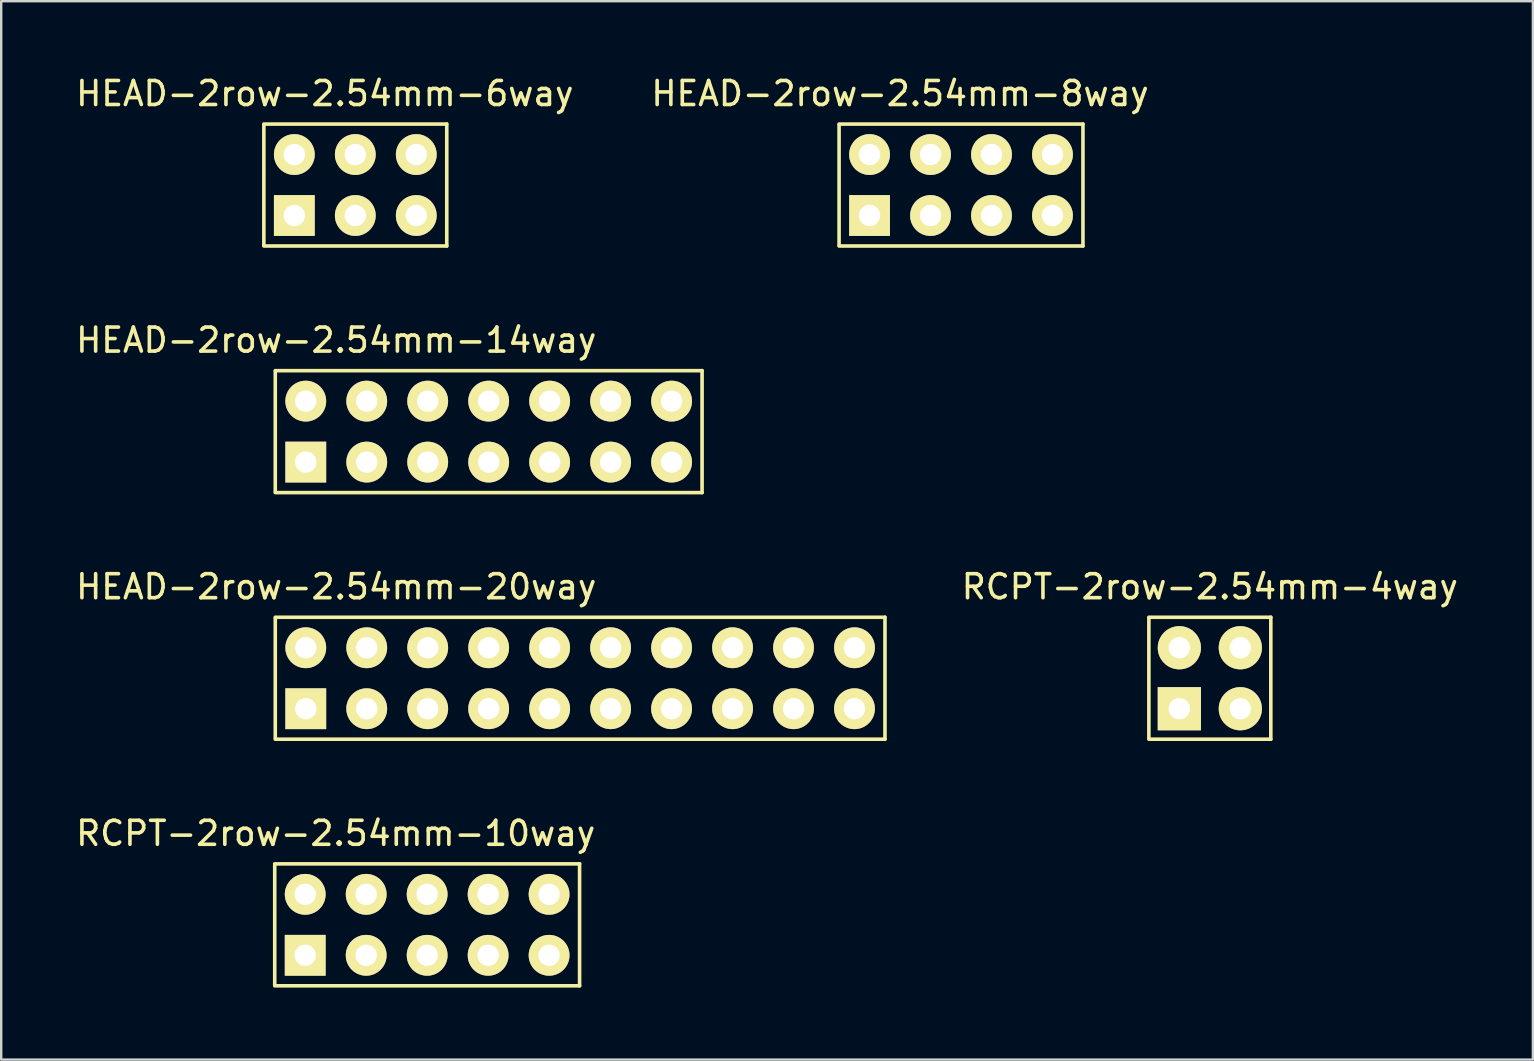
<source format=kicad_pcb>
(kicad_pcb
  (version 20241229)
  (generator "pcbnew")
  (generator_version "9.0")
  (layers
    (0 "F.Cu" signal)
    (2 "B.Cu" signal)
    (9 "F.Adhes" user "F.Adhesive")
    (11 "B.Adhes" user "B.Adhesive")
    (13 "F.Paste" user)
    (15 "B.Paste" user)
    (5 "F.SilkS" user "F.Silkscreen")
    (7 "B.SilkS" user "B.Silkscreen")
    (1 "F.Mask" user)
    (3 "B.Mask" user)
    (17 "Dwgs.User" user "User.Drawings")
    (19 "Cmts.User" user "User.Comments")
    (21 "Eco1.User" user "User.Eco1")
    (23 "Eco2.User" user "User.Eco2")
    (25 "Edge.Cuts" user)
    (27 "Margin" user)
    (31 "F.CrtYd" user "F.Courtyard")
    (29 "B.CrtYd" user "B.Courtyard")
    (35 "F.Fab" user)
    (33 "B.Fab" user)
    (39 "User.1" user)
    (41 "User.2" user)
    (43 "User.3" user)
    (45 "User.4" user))
  (footprint "HEAD-2row-2.54mm-8way"
    (layer "F.Cu")
    (at 33.176 4.658)
    (property "Reference" "HEAD-2row-2.54mm-8way" (at 1.27 -3.81 0) (layer "F.SilkS") (effects (font (size 1 1) (thickness 0.15))))
    (attr through_hole)
    (fp_line (start -1.27 -2.502) (end -1.27 2.502) (stroke (width 0.15) (type solid)) (layer "F.SilkS"))
    (fp_line (start 8.89 -2.54) (end -1.27 -2.54) (stroke (width 0.15) (type solid)) (layer "F.SilkS"))
    (fp_line (start 8.89 -2.54) (end 8.89 2.54) (stroke (width 0.15) (type solid)) (layer "F.SilkS"))
    (fp_line (start 8.89 2.54) (end -1.27 2.54) (stroke (width 0.15) (type solid)) (layer "F.SilkS"))
    (pad "1" thru_hole rect (at 0 1.27) (size 1.7 1.7) (drill 0.89) (layers "*.Cu" "*.Mask" "F.SilkS"))
    (pad "2" thru_hole circle (at 0 -1.27) (size 1.7 1.7) (drill 0.89) (layers "*.Cu" "*.Mask" "F.SilkS"))
    (pad "3" thru_hole circle (at 2.54 1.27) (size 1.7 1.7) (drill 0.89) (layers "*.Cu" "*.Mask" "F.SilkS"))
    (pad "4" thru_hole circle (at 2.54 -1.27) (size 1.7 1.7) (drill 0.89) (layers "*.Cu" "*.Mask" "F.SilkS"))
    (pad "5" thru_hole circle (at 5.08 1.27) (size 1.7 1.7) (drill 0.89) (layers "*.Cu" "*.Mask" "F.SilkS"))
    (pad "6" thru_hole circle (at 5.08 -1.27) (size 1.7 1.7) (drill 0.89) (layers "*.Cu" "*.Mask" "F.SilkS"))
    (pad "7" thru_hole circle (at 7.62 1.27) (size 1.7 1.7) (drill 0.89) (layers "*.Cu" "*.Mask" "F.SilkS"))
    (pad "8" thru_hole circle (at 7.62 -1.27) (size 1.7 1.7) (drill 0.89) (layers "*.Cu" "*.Mask" "F.SilkS")))
  (footprint "HEAD-2row-2.54mm-20way"
    (layer "F.Cu")
    (at 9.688 25.205)
    (property "Reference" "HEAD-2row-2.54mm-20way" (at 1.27 -3.81 0) (layer "F.SilkS") (effects (font (size 1 1) (thickness 0.15))))
    (attr through_hole)
    (fp_line (start -1.27 -2.502) (end -1.27 2.502) (stroke (width 0.15) (type solid)) (layer "F.SilkS"))
    (fp_line (start 24.13 -2.54) (end -1.27 -2.54) (stroke (width 0.15) (type solid)) (layer "F.SilkS"))
    (fp_line (start 24.13 -2.54) (end 24.13 2.54) (stroke (width 0.15) (type solid)) (layer "F.SilkS"))
    (fp_line (start 24.13 2.54) (end -1.27 2.54) (stroke (width 0.15) (type solid)) (layer "F.SilkS"))
    (pad "1" thru_hole rect (at 0 1.27) (size 1.7 1.7) (drill 0.89) (layers "*.Cu" "*.Mask" "F.SilkS"))
    (pad "2" thru_hole circle (at 0 -1.27) (size 1.7 1.7) (drill 0.89) (layers "*.Cu" "*.Mask" "F.SilkS"))
    (pad "3" thru_hole circle (at 2.54 1.27) (size 1.7 1.7) (drill 0.89) (layers "*.Cu" "*.Mask" "F.SilkS"))
    (pad "4" thru_hole circle (at 2.54 -1.27) (size 1.7 1.7) (drill 0.89) (layers "*.Cu" "*.Mask" "F.SilkS"))
    (pad "5" thru_hole circle (at 5.08 1.27) (size 1.7 1.7) (drill 0.89) (layers "*.Cu" "*.Mask" "F.SilkS"))
    (pad "6" thru_hole circle (at 5.08 -1.27) (size 1.7 1.7) (drill 0.89) (layers "*.Cu" "*.Mask" "F.SilkS"))
    (pad "7" thru_hole circle (at 7.62 1.27) (size 1.7 1.7) (drill 0.89) (layers "*.Cu" "*.Mask" "F.SilkS"))
    (pad "8" thru_hole circle (at 7.62 -1.27) (size 1.7 1.7) (drill 0.89) (layers "*.Cu" "*.Mask" "F.SilkS"))
    (pad "9" thru_hole circle (at 10.16 1.27) (size 1.7 1.7) (drill 0.89) (layers "*.Cu" "*.Mask" "F.SilkS"))
    (pad "10" thru_hole circle (at 10.16 -1.27) (size 1.7 1.7) (drill 0.89) (layers "*.Cu" "*.Mask" "F.SilkS"))
    (pad "11" thru_hole circle (at 12.7 1.27) (size 1.7 1.7) (drill 0.89) (layers "*.Cu" "*.Mask" "F.SilkS"))
    (pad "12" thru_hole circle (at 12.7 -1.27) (size 1.7 1.7) (drill 0.89) (layers "*.Cu" "*.Mask" "F.SilkS"))
    (pad "13" thru_hole circle (at 15.24 1.27) (size 1.7 1.7) (drill 0.89) (layers "*.Cu" "*.Mask" "F.SilkS"))
    (pad "14" thru_hole circle (at 15.24 -1.27) (size 1.7 1.7) (drill 0.89) (layers "*.Cu" "*.Mask" "F.SilkS"))
    (pad "15" thru_hole circle (at 17.78 1.27) (size 1.7 1.7) (drill 0.89) (layers "*.Cu" "*.Mask" "F.SilkS"))
    (pad "16" thru_hole circle (at 17.78 -1.27) (size 1.7 1.7) (drill 0.89) (layers "*.Cu" "*.Mask" "F.SilkS"))
    (pad "17" thru_hole circle (at 20.32 1.27) (size 1.7 1.7) (drill 0.89) (layers "*.Cu" "*.Mask" "F.SilkS"))
    (pad "18" thru_hole circle (at 20.32 -1.27) (size 1.7 1.7) (drill 0.89) (layers "*.Cu" "*.Mask" "F.SilkS"))
    (pad "19" thru_hole circle (at 22.86 1.27) (size 1.7 1.7) (drill 0.89) (layers "*.Cu" "*.Mask" "F.SilkS"))
    (pad "20" thru_hole circle (at 22.86 -1.27) (size 1.7 1.7) (drill 0.89) (layers "*.Cu" "*.Mask" "F.SilkS")))
  (footprint "RCPT-2row-2.54mm-10way"
    (layer "F.Cu")
    (at 9.665 35.478)
    (property "Reference" "RCPT-2row-2.54mm-10way" (at 1.27 -3.81 0) (layer "F.SilkS") (effects (font (size 1 1) (thickness 0.15))))
    (attr through_hole)
    (fp_line (start -1.27 -2.502) (end -1.27 2.502) (stroke (width 0.15) (type solid)) (layer "F.SilkS"))
    (fp_line (start 11.43 -2.54) (end -1.27 -2.54) (stroke (width 0.15) (type solid)) (layer "F.SilkS"))
    (fp_line (start 11.43 -2.54) (end 11.43 2.54) (stroke (width 0.15) (type solid)) (layer "F.SilkS"))
    (fp_line (start 11.43 2.54) (end -1.27 2.54) (stroke (width 0.15) (type solid)) (layer "F.SilkS"))
    (pad "1" thru_hole rect (at 0 1.27) (size 1.7 1.7) (drill 0.89) (layers "*.Cu" "*.Mask" "F.SilkS"))
    (pad "2" thru_hole circle (at 0 -1.27) (size 1.7 1.7) (drill 0.89) (layers "*.Cu" "*.Mask" "F.SilkS"))
    (pad "3" thru_hole circle (at 2.54 1.27) (size 1.7 1.7) (drill 0.89) (layers "*.Cu" "*.Mask" "F.SilkS"))
    (pad "4" thru_hole circle (at 2.54 -1.27) (size 1.7 1.7) (drill 0.89) (layers "*.Cu" "*.Mask" "F.SilkS"))
    (pad "5" thru_hole circle (at 5.08 1.27) (size 1.7 1.7) (drill 0.89) (layers "*.Cu" "*.Mask" "F.SilkS"))
    (pad "6" thru_hole circle (at 5.08 -1.27) (size 1.7 1.7) (drill 0.89) (layers "*.Cu" "*.Mask" "F.SilkS"))
    (pad "7" thru_hole circle (at 7.62 1.27) (size 1.7 1.7) (drill 0.89) (layers "*.Cu" "*.Mask" "F.SilkS"))
    (pad "8" thru_hole circle (at 7.62 -1.27) (size 1.7 1.7) (drill 0.89) (layers "*.Cu" "*.Mask" "F.SilkS"))
    (pad "9" thru_hole circle (at 10.16 1.27) (size 1.7 1.7) (drill 0.89) (layers "*.Cu" "*.Mask" "F.SilkS"))
    (pad "10" thru_hole circle (at 10.16 -1.27) (size 1.7 1.7) (drill 0.89) (layers "*.Cu" "*.Mask" "F.SilkS")))
  (footprint "RCPT-2row-2.54mm-4way"
    (layer "F.Cu")
    (at 46.082 25.205)
    (property "Reference" "RCPT-2row-2.54mm-4way" (at 1.27 -3.81 0) (layer "F.SilkS") (effects (font (size 1 1) (thickness 0.15))))
    (attr through_hole)
    (fp_line (start -1.27 -2.502) (end -1.27 2.502) (stroke (width 0.15) (type solid)) (layer "F.SilkS"))
    (fp_line (start 3.81 -2.54) (end -1.27 -2.54) (stroke (width 0.15) (type solid)) (layer "F.SilkS"))
    (fp_line (start 3.81 -2.54) (end 3.81 2.54) (stroke (width 0.15) (type solid)) (layer "F.SilkS"))
    (fp_line (start 3.81 2.54) (end -1.27 2.54) (stroke (width 0.15) (type solid)) (layer "F.SilkS"))
    (pad "1" thru_hole rect (at 0 1.27) (size 1.8 1.8) (drill 0.89) (layers "*.Cu" "*.Mask" "F.SilkS"))
    (pad "2" thru_hole circle (at 0 -1.27) (size 1.8 1.8) (drill 0.89) (layers "*.Cu" "*.Mask" "F.SilkS"))
    (pad "3" thru_hole circle (at 2.54 1.27) (size 1.8 1.8) (drill 0.89) (layers "*.Cu" "*.Mask" "F.SilkS"))
    (pad "4" thru_hole circle (at 2.54 -1.27) (size 1.8 1.8) (drill 0.89) (layers "*.Cu" "*.Mask" "F.SilkS")))
  (footprint "HEAD-2row-2.54mm-14way"
    (layer "F.Cu")
    (at 9.688 14.931)
    (property "Reference" "HEAD-2row-2.54mm-14way" (at 1.27 -3.81 0) (layer "F.SilkS") (effects (font (size 1 1) (thickness 0.15))))
    (attr through_hole)
    (fp_line (start -1.27 -2.502) (end -1.27 2.502) (stroke (width 0.15) (type solid)) (layer "F.SilkS"))
    (fp_line (start 16.51 -2.54) (end -1.27 -2.54) (stroke (width 0.15) (type solid)) (layer "F.SilkS"))
    (fp_line (start 16.51 -2.54) (end 16.51 2.54) (stroke (width 0.15) (type solid)) (layer "F.SilkS"))
    (fp_line (start 16.51 2.54) (end -1.27 2.54) (stroke (width 0.15) (type solid)) (layer "F.SilkS"))
    (pad "1" thru_hole rect (at 0 1.27) (size 1.7 1.7) (drill 0.89) (layers "*.Cu" "*.Mask" "F.SilkS"))
    (pad "2" thru_hole circle (at 0 -1.27) (size 1.7 1.7) (drill 0.89) (layers "*.Cu" "*.Mask" "F.SilkS"))
    (pad "3" thru_hole circle (at 2.54 1.27) (size 1.7 1.7) (drill 0.89) (layers "*.Cu" "*.Mask" "F.SilkS"))
    (pad "4" thru_hole circle (at 2.54 -1.27) (size 1.7 1.7) (drill 0.89) (layers "*.Cu" "*.Mask" "F.SilkS"))
    (pad "5" thru_hole circle (at 5.08 1.27) (size 1.7 1.7) (drill 0.89) (layers "*.Cu" "*.Mask" "F.SilkS"))
    (pad "6" thru_hole circle (at 5.08 -1.27) (size 1.7 1.7) (drill 0.89) (layers "*.Cu" "*.Mask" "F.SilkS"))
    (pad "7" thru_hole circle (at 7.62 1.27) (size 1.7 1.7) (drill 0.89) (layers "*.Cu" "*.Mask" "F.SilkS"))
    (pad "8" thru_hole circle (at 7.62 -1.27) (size 1.7 1.7) (drill 0.89) (layers "*.Cu" "*.Mask" "F.SilkS"))
    (pad "9" thru_hole circle (at 10.16 1.27) (size 1.7 1.7) (drill 0.89) (layers "*.Cu" "*.Mask" "F.SilkS"))
    (pad "10" thru_hole circle (at 10.16 -1.27) (size 1.7 1.7) (drill 0.89) (layers "*.Cu" "*.Mask" "F.SilkS"))
    (pad "11" thru_hole circle (at 12.7 1.27) (size 1.7 1.7) (drill 0.89) (layers "*.Cu" "*.Mask" "F.SilkS"))
    (pad "12" thru_hole circle (at 12.7 -1.27) (size 1.7 1.7) (drill 0.89) (layers "*.Cu" "*.Mask" "F.SilkS"))
    (pad "13" thru_hole circle (at 15.24 1.27) (size 1.7 1.7) (drill 0.89) (layers "*.Cu" "*.Mask" "F.SilkS"))
    (pad "14" thru_hole circle (at 15.24 -1.27) (size 1.7 1.7) (drill 0.89) (layers "*.Cu" "*.Mask" "F.SilkS")))
  (footprint "HEAD-2row-2.54mm-6way"
    (layer "F.Cu")
    (at 9.212 4.658)
    (property "Reference" "HEAD-2row-2.54mm-6way" (at 1.27 -3.81 0) (layer "F.SilkS") (effects (font (size 1 1) (thickness 0.15))))
    (attr through_hole)
    (fp_line (start -1.27 -2.502) (end -1.27 2.502) (stroke (width 0.15) (type solid)) (layer "F.SilkS"))
    (fp_line (start 6.35 -2.54) (end -1.27 -2.54) (stroke (width 0.15) (type solid)) (layer "F.SilkS"))
    (fp_line (start 6.35 -2.54) (end 6.35 2.54) (stroke (width 0.15) (type solid)) (layer "F.SilkS"))
    (fp_line (start 6.35 2.54) (end -1.27 2.54) (stroke (width 0.15) (type solid)) (layer "F.SilkS"))
    (pad "1" thru_hole rect (at 0 1.27) (size 1.7 1.7) (drill 0.89) (layers "*.Cu" "*.Mask" "F.SilkS"))
    (pad "2" thru_hole circle (at 0 -1.27) (size 1.7 1.7) (drill 0.89) (layers "*.Cu" "*.Mask" "F.SilkS"))
    (pad "3" thru_hole circle (at 2.54 1.27) (size 1.7 1.7) (drill 0.89) (layers "*.Cu" "*.Mask" "F.SilkS"))
    (pad "4" thru_hole circle (at 2.54 -1.27) (size 1.7 1.7) (drill 0.89) (layers "*.Cu" "*.Mask" "F.SilkS"))
    (pad "5" thru_hole circle (at 5.08 1.27) (size 1.7 1.7) (drill 0.89) (layers "*.Cu" "*.Mask" "F.SilkS"))
    (pad "6" thru_hole circle (at 5.08 -1.27) (size 1.7 1.7) (drill 0.89) (layers "*.Cu" "*.Mask" "F.SilkS")))
  (gr_rect
    (start -3 -3)
    (end 60.81 41.093)
    (stroke (width 0.1) (type default))
    (fill no)
    (layer "Edge.Cuts")))
</source>
